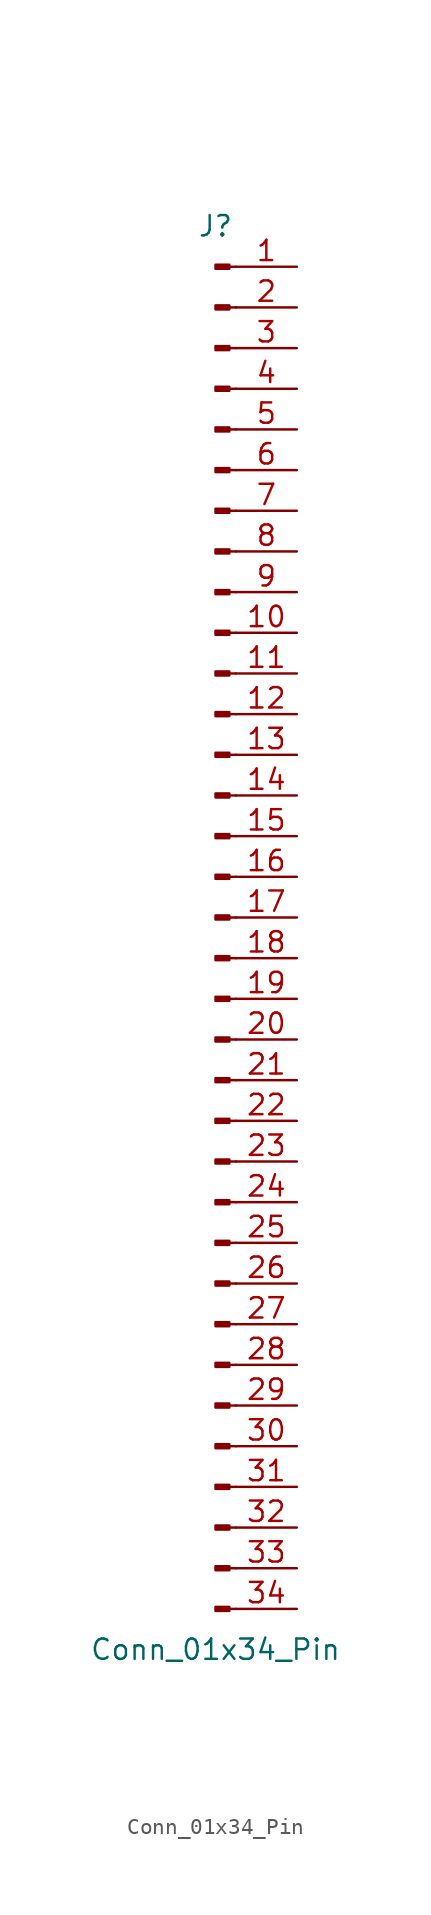
<source format=kicad_sym>
(kicad_symbol_lib
  (version 20241209)
  (generator "kicad_symbol_editor")
  (generator_version "9.0")
  (symbol "Conn_01x34_Pin"
    (pin_names
      (offset 1.016)
      (hide yes))
    (property "Reference" "J"
      (at 0 43.18 0)
      (effects (font (size 1.27 1.27))))
    (property "Value" "Conn_01x34_Pin"
      (at 0 -45.72 0)
      (effects (font (size 1.27 1.27))))
    (property "ki_locked" ""
      (at 0 0 0)
      (effects (font (size 1.27 1.27))))
    (symbol "Conn_01x34_Pin_1_1"
      (rectangle (start 0.864 40.767) (end 0 40.513) (stroke (width 0.152) (type default)) (fill (type outline)))
      (rectangle (start 0.864 38.227) (end 0 37.973) (stroke (width 0.152) (type default)) (fill (type outline)))
      (rectangle (start 0.864 35.687) (end 0 35.433) (stroke (width 0.152) (type default)) (fill (type outline)))
      (rectangle (start 0.864 33.147) (end 0 32.893) (stroke (width 0.152) (type default)) (fill (type outline)))
      (rectangle (start 0.864 30.607) (end 0 30.353) (stroke (width 0.152) (type default)) (fill (type outline)))
      (rectangle (start 0.864 28.067) (end 0 27.813) (stroke (width 0.152) (type default)) (fill (type outline)))
      (rectangle (start 0.864 25.527) (end 0 25.273) (stroke (width 0.152) (type default)) (fill (type outline)))
      (rectangle (start 0.864 22.987) (end 0 22.733) (stroke (width 0.152) (type default)) (fill (type outline)))
      (rectangle (start 0.864 20.447) (end 0 20.193) (stroke (width 0.152) (type default)) (fill (type outline)))
      (rectangle (start 0.864 17.907) (end 0 17.653) (stroke (width 0.152) (type default)) (fill (type outline)))
      (rectangle (start 0.864 15.367) (end 0 15.113) (stroke (width 0.152) (type default)) (fill (type outline)))
      (rectangle (start 0.864 12.827) (end 0 12.573) (stroke (width 0.152) (type default)) (fill (type outline)))
      (rectangle (start 0.864 10.287) (end 0 10.033) (stroke (width 0.152) (type default)) (fill (type outline)))
      (rectangle (start 0.864 7.747) (end 0 7.493) (stroke (width 0.152) (type default)) (fill (type outline)))
      (rectangle (start 0.864 5.207) (end 0 4.953) (stroke (width 0.152) (type default)) (fill (type outline)))
      (rectangle (start 0.864 2.667) (end 0 2.413) (stroke (width 0.152) (type default)) (fill (type outline)))
      (rectangle (start 0.864 0.127) (end 0 -0.127) (stroke (width 0.152) (type default)) (fill (type outline)))
      (rectangle (start 0.864 -2.413) (end 0 -2.667) (stroke (width 0.152) (type default)) (fill (type outline)))
      (rectangle (start 0.864 -4.953) (end 0 -5.207) (stroke (width 0.152) (type default)) (fill (type outline)))
      (rectangle (start 0.864 -7.493) (end 0 -7.747) (stroke (width 0.152) (type default)) (fill (type outline)))
      (rectangle (start 0.864 -10.033) (end 0 -10.287) (stroke (width 0.152) (type default)) (fill (type outline)))
      (rectangle (start 0.864 -12.573) (end 0 -12.827) (stroke (width 0.152) (type default)) (fill (type outline)))
      (rectangle (start 0.864 -15.113) (end 0 -15.367) (stroke (width 0.152) (type default)) (fill (type outline)))
      (rectangle (start 0.864 -17.653) (end 0 -17.907) (stroke (width 0.152) (type default)) (fill (type outline)))
      (rectangle (start 0.864 -20.193) (end 0 -20.447) (stroke (width 0.152) (type default)) (fill (type outline)))
      (rectangle (start 0.864 -22.733) (end 0 -22.987) (stroke (width 0.152) (type default)) (fill (type outline)))
      (rectangle (start 0.864 -25.273) (end 0 -25.527) (stroke (width 0.152) (type default)) (fill (type outline)))
      (rectangle (start 0.864 -27.813) (end 0 -28.067) (stroke (width 0.152) (type default)) (fill (type outline)))
      (rectangle (start 0.864 -30.353) (end 0 -30.607) (stroke (width 0.152) (type default)) (fill (type outline)))
      (rectangle (start 0.864 -32.893) (end 0 -33.147) (stroke (width 0.152) (type default)) (fill (type outline)))
      (rectangle (start 0.864 -35.433) (end 0 -35.687) (stroke (width 0.152) (type default)) (fill (type outline)))
      (rectangle (start 0.864 -37.973) (end 0 -38.227) (stroke (width 0.152) (type default)) (fill (type outline)))
      (rectangle (start 0.864 -40.513) (end 0 -40.767) (stroke (width 0.152) (type default)) (fill (type outline)))
      (rectangle (start 0.864 -43.053) (end 0 -43.307) (stroke (width 0.152) (type default)) (fill (type outline)))
      (polyline (pts (xy 1.27 40.64) (xy 0.864 40.64)) (stroke (width 0.152) (type default)) (fill (type none)))
      (polyline (pts (xy 1.27 38.1) (xy 0.864 38.1)) (stroke (width 0.152) (type default)) (fill (type none)))
      (polyline (pts (xy 1.27 35.56) (xy 0.864 35.56)) (stroke (width 0.152) (type default)) (fill (type none)))
      (polyline (pts (xy 1.27 33.02) (xy 0.864 33.02)) (stroke (width 0.152) (type default)) (fill (type none)))
      (polyline (pts (xy 1.27 30.48) (xy 0.864 30.48)) (stroke (width 0.152) (type default)) (fill (type none)))
      (polyline (pts (xy 1.27 27.94) (xy 0.864 27.94)) (stroke (width 0.152) (type default)) (fill (type none)))
      (polyline (pts (xy 1.27 25.4) (xy 0.864 25.4)) (stroke (width 0.152) (type default)) (fill (type none)))
      (polyline (pts (xy 1.27 22.86) (xy 0.864 22.86)) (stroke (width 0.152) (type default)) (fill (type none)))
      (polyline (pts (xy 1.27 20.32) (xy 0.864 20.32)) (stroke (width 0.152) (type default)) (fill (type none)))
      (polyline (pts (xy 1.27 17.78) (xy 0.864 17.78)) (stroke (width 0.152) (type default)) (fill (type none)))
      (polyline (pts (xy 1.27 15.24) (xy 0.864 15.24)) (stroke (width 0.152) (type default)) (fill (type none)))
      (polyline (pts (xy 1.27 12.7) (xy 0.864 12.7)) (stroke (width 0.152) (type default)) (fill (type none)))
      (polyline (pts (xy 1.27 10.16) (xy 0.864 10.16)) (stroke (width 0.152) (type default)) (fill (type none)))
      (polyline (pts (xy 1.27 7.62) (xy 0.864 7.62)) (stroke (width 0.152) (type default)) (fill (type none)))
      (polyline (pts (xy 1.27 5.08) (xy 0.864 5.08)) (stroke (width 0.152) (type default)) (fill (type none)))
      (polyline (pts (xy 1.27 2.54) (xy 0.864 2.54)) (stroke (width 0.152) (type default)) (fill (type none)))
      (polyline (pts (xy 1.27 0) (xy 0.864 0)) (stroke (width 0.152) (type default)) (fill (type none)))
      (polyline (pts (xy 1.27 -2.54) (xy 0.864 -2.54)) (stroke (width 0.152) (type default)) (fill (type none)))
      (polyline (pts (xy 1.27 -5.08) (xy 0.864 -5.08)) (stroke (width 0.152) (type default)) (fill (type none)))
      (polyline (pts (xy 1.27 -7.62) (xy 0.864 -7.62)) (stroke (width 0.152) (type default)) (fill (type none)))
      (polyline (pts (xy 1.27 -10.16) (xy 0.864 -10.16)) (stroke (width 0.152) (type default)) (fill (type none)))
      (polyline (pts (xy 1.27 -12.7) (xy 0.864 -12.7)) (stroke (width 0.152) (type default)) (fill (type none)))
      (polyline (pts (xy 1.27 -15.24) (xy 0.864 -15.24)) (stroke (width 0.152) (type default)) (fill (type none)))
      (polyline (pts (xy 1.27 -17.78) (xy 0.864 -17.78)) (stroke (width 0.152) (type default)) (fill (type none)))
      (polyline (pts (xy 1.27 -20.32) (xy 0.864 -20.32)) (stroke (width 0.152) (type default)) (fill (type none)))
      (polyline (pts (xy 1.27 -22.86) (xy 0.864 -22.86)) (stroke (width 0.152) (type default)) (fill (type none)))
      (polyline (pts (xy 1.27 -25.4) (xy 0.864 -25.4)) (stroke (width 0.152) (type default)) (fill (type none)))
      (polyline (pts (xy 1.27 -27.94) (xy 0.864 -27.94)) (stroke (width 0.152) (type default)) (fill (type none)))
      (polyline (pts (xy 1.27 -30.48) (xy 0.864 -30.48)) (stroke (width 0.152) (type default)) (fill (type none)))
      (polyline (pts (xy 1.27 -33.02) (xy 0.864 -33.02)) (stroke (width 0.152) (type default)) (fill (type none)))
      (polyline (pts (xy 1.27 -35.56) (xy 0.864 -35.56)) (stroke (width 0.152) (type default)) (fill (type none)))
      (polyline (pts (xy 1.27 -38.1) (xy 0.864 -38.1)) (stroke (width 0.152) (type default)) (fill (type none)))
      (polyline (pts (xy 1.27 -40.64) (xy 0.864 -40.64)) (stroke (width 0.152) (type default)) (fill (type none)))
      (polyline (pts (xy 1.27 -43.18) (xy 0.864 -43.18)) (stroke (width 0.152) (type default)) (fill (type none)))
      (pin passive line (at 5.08 40.64 180) (length 3.81) (name "Pin_1" (effects (font (size 1.27 1.27)))) (number "1" (effects (font (size 1.27 1.27)))))
      (pin passive line (at 5.08 38.1 180) (length 3.81) (name "Pin_2" (effects (font (size 1.27 1.27)))) (number "2" (effects (font (size 1.27 1.27)))))
      (pin passive line (at 5.08 35.56 180) (length 3.81) (name "Pin_3" (effects (font (size 1.27 1.27)))) (number "3" (effects (font (size 1.27 1.27)))))
      (pin passive line (at 5.08 33.02 180) (length 3.81) (name "Pin_4" (effects (font (size 1.27 1.27)))) (number "4" (effects (font (size 1.27 1.27)))))
      (pin passive line (at 5.08 30.48 180) (length 3.81) (name "Pin_5" (effects (font (size 1.27 1.27)))) (number "5" (effects (font (size 1.27 1.27)))))
      (pin passive line (at 5.08 27.94 180) (length 3.81) (name "Pin_6" (effects (font (size 1.27 1.27)))) (number "6" (effects (font (size 1.27 1.27)))))
      (pin passive line (at 5.08 25.4 180) (length 3.81) (name "Pin_7" (effects (font (size 1.27 1.27)))) (number "7" (effects (font (size 1.27 1.27)))))
      (pin passive line (at 5.08 22.86 180) (length 3.81) (name "Pin_8" (effects (font (size 1.27 1.27)))) (number "8" (effects (font (size 1.27 1.27)))))
      (pin passive line (at 5.08 20.32 180) (length 3.81) (name "Pin_9" (effects (font (size 1.27 1.27)))) (number "9" (effects (font (size 1.27 1.27)))))
      (pin passive line (at 5.08 17.78 180) (length 3.81) (name "Pin_10" (effects (font (size 1.27 1.27)))) (number "10" (effects (font (size 1.27 1.27)))))
      (pin passive line (at 5.08 15.24 180) (length 3.81) (name "Pin_11" (effects (font (size 1.27 1.27)))) (number "11" (effects (font (size 1.27 1.27)))))
      (pin passive line (at 5.08 12.7 180) (length 3.81) (name "Pin_12" (effects (font (size 1.27 1.27)))) (number "12" (effects (font (size 1.27 1.27)))))
      (pin passive line (at 5.08 10.16 180) (length 3.81) (name "Pin_13" (effects (font (size 1.27 1.27)))) (number "13" (effects (font (size 1.27 1.27)))))
      (pin passive line (at 5.08 7.62 180) (length 3.81) (name "Pin_14" (effects (font (size 1.27 1.27)))) (number "14" (effects (font (size 1.27 1.27)))))
      (pin passive line (at 5.08 5.08 180) (length 3.81) (name "Pin_15" (effects (font (size 1.27 1.27)))) (number "15" (effects (font (size 1.27 1.27)))))
      (pin passive line (at 5.08 2.54 180) (length 3.81) (name "Pin_16" (effects (font (size 1.27 1.27)))) (number "16" (effects (font (size 1.27 1.27)))))
      (pin passive line (at 5.08 0 180) (length 3.81) (name "Pin_17" (effects (font (size 1.27 1.27)))) (number "17" (effects (font (size 1.27 1.27)))))
      (pin passive line (at 5.08 -2.54 180) (length 3.81) (name "Pin_18" (effects (font (size 1.27 1.27)))) (number "18" (effects (font (size 1.27 1.27)))))
      (pin passive line (at 5.08 -5.08 180) (length 3.81) (name "Pin_19" (effects (font (size 1.27 1.27)))) (number "19" (effects (font (size 1.27 1.27)))))
      (pin passive line (at 5.08 -7.62 180) (length 3.81) (name "Pin_20" (effects (font (size 1.27 1.27)))) (number "20" (effects (font (size 1.27 1.27)))))
      (pin passive line (at 5.08 -10.16 180) (length 3.81) (name "Pin_21" (effects (font (size 1.27 1.27)))) (number "21" (effects (font (size 1.27 1.27)))))
      (pin passive line (at 5.08 -12.7 180) (length 3.81) (name "Pin_22" (effects (font (size 1.27 1.27)))) (number "22" (effects (font (size 1.27 1.27)))))
      (pin passive line (at 5.08 -15.24 180) (length 3.81) (name "Pin_23" (effects (font (size 1.27 1.27)))) (number "23" (effects (font (size 1.27 1.27)))))
      (pin passive line (at 5.08 -17.78 180) (length 3.81) (name "Pin_24" (effects (font (size 1.27 1.27)))) (number "24" (effects (font (size 1.27 1.27)))))
      (pin passive line (at 5.08 -20.32 180) (length 3.81) (name "Pin_25" (effects (font (size 1.27 1.27)))) (number "25" (effects (font (size 1.27 1.27)))))
      (pin passive line (at 5.08 -22.86 180) (length 3.81) (name "Pin_26" (effects (font (size 1.27 1.27)))) (number "26" (effects (font (size 1.27 1.27)))))
      (pin passive line (at 5.08 -25.4 180) (length 3.81) (name "Pin_27" (effects (font (size 1.27 1.27)))) (number "27" (effects (font (size 1.27 1.27)))))
      (pin passive line (at 5.08 -27.94 180) (length 3.81) (name "Pin_28" (effects (font (size 1.27 1.27)))) (number "28" (effects (font (size 1.27 1.27)))))
      (pin passive line (at 5.08 -30.48 180) (length 3.81) (name "Pin_29" (effects (font (size 1.27 1.27)))) (number "29" (effects (font (size 1.27 1.27)))))
      (pin passive line (at 5.08 -33.02 180) (length 3.81) (name "Pin_30" (effects (font (size 1.27 1.27)))) (number "30" (effects (font (size 1.27 1.27)))))
      (pin passive line (at 5.08 -35.56 180) (length 3.81) (name "Pin_31" (effects (font (size 1.27 1.27)))) (number "31" (effects (font (size 1.27 1.27)))))
      (pin passive line (at 5.08 -38.1 180) (length 3.81) (name "Pin_32" (effects (font (size 1.27 1.27)))) (number "32" (effects (font (size 1.27 1.27)))))
      (pin passive line (at 5.08 -40.64 180) (length 3.81) (name "Pin_33" (effects (font (size 1.27 1.27)))) (number "33" (effects (font (size 1.27 1.27)))))
      (pin passive line (at 5.08 -43.18 180) (length 3.81) (name "Pin_34" (effects (font (size 1.27 1.27)))) (number "34" (effects (font (size 1.27 1.27))))))))
</source>
